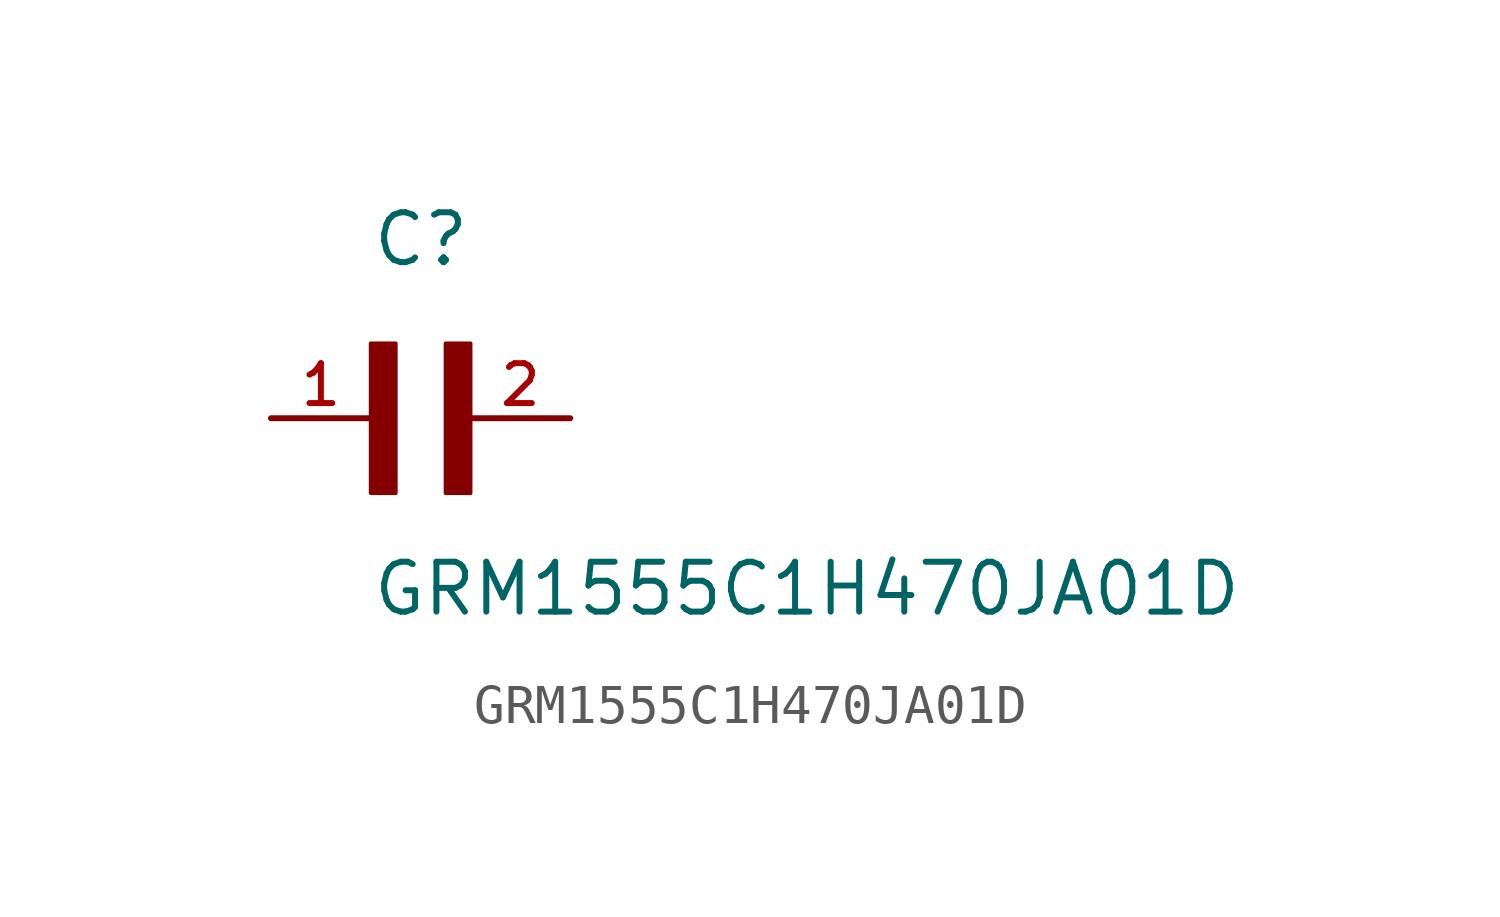
<source format=kicad_sym>
(kicad_symbol_lib
  (version 20211014)
  (generator kicad_symbol_editor)
  (symbol "GRM1555C1H470JA01D"
    (pin_names
      (offset 1.016))
    (property "Reference" "C"
      (at 0.0 3.811 0)
      (effects (font (size 1.27 1.27)) (justify bottom left)))
    (property "Value" "GRM1555C1H470JA01D"
      (at 0.0 -5.088 0)
      (effects (font (size 1.27 1.27)) (justify bottom left)))
    (symbol "GRM1555C1H470JA01D_0_0"
      (rectangle (start 0.0 -1.907) (end 0.635 1.905) (stroke (width 0.1)) (fill (type outline)))
      (rectangle (start 1.907 -1.907) (end 2.54 1.905) (stroke (width 0.1)) (fill (type outline)))
      (pin passive line (at 5.08 0.0 180.0) (length 2.54) (name "~" (effects (font (size 1.016 1.016)))) (number "2" (effects (font (size 1.016 1.016)))))
      (pin passive line (at -2.54 0.0 0) (length 2.54) (name "~" (effects (font (size 1.016 1.016)))) (number "1" (effects (font (size 1.016 1.016))))))))
</source>
